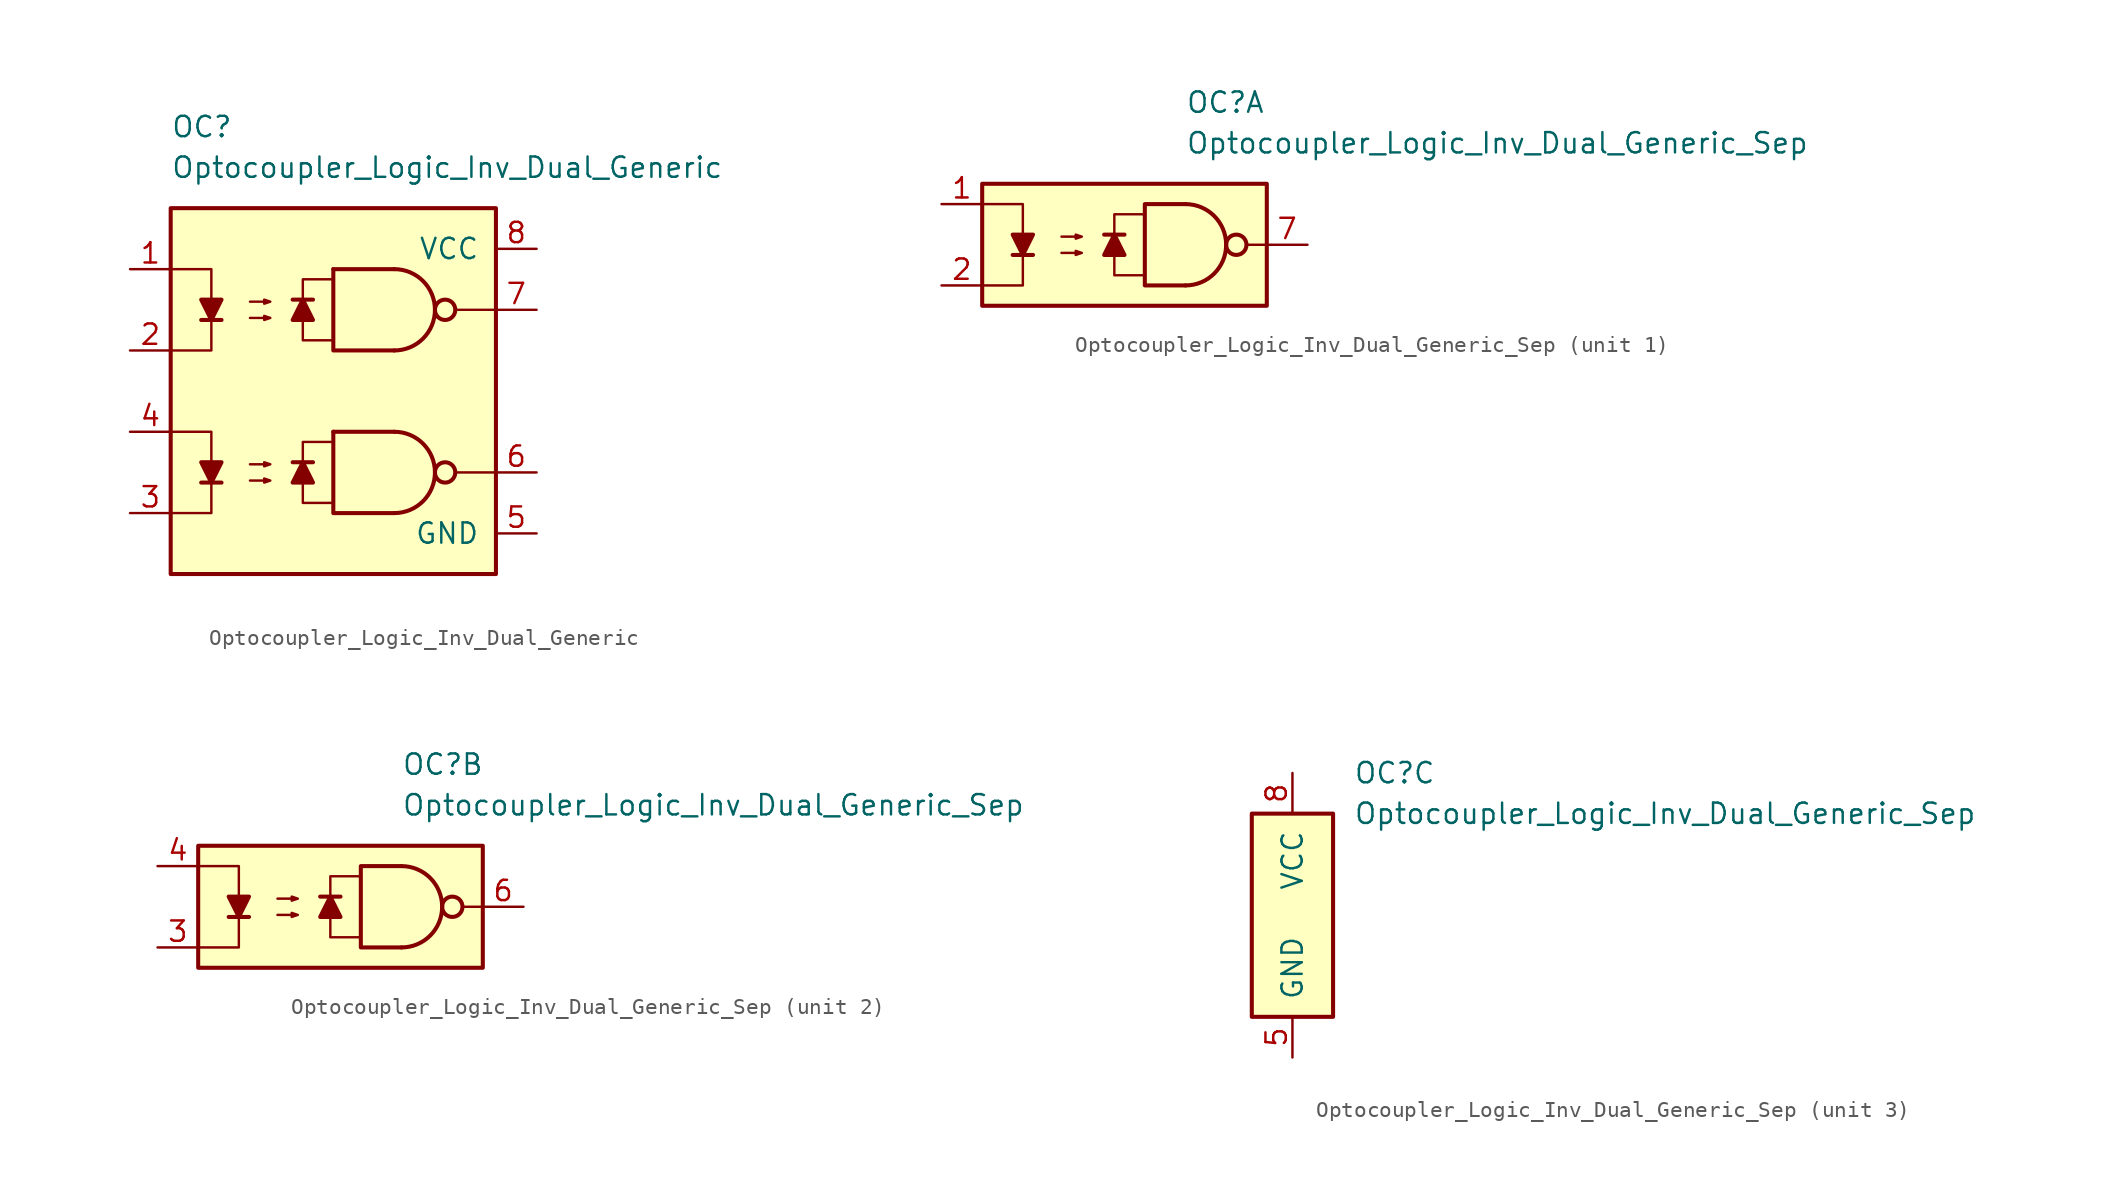
<source format=kicad_sym>
(kicad_symbol_lib
  (version 20211014)
  (generator kicad_symbol_editor)
  (symbol "Optocoupler_Logic_Inv_Dual_Generic"
    (pin_names
      (offset 1.016))
    (property "Reference" "OC"
      (at -10.16 16.51 0)
      (effects (font (size 1.27 1.27)) (justify left)))
    (property "Value" "Optocoupler_Logic_Inv_Dual_Generic"
      (at -10.16 13.97 0)
      (effects (font (size 1.27 1.27)) (justify left)))
    (symbol "Optocoupler_Logic_Inv_Dual_Generic_0_0"
      (rectangle (start -10.16 11.43) (end 10.16 -11.43) (stroke (width 0.254) (type default) (color 0 0 0 0)) (fill (type background)))
      (polyline (pts (xy 10.16 -5.08) (xy 7.62 -5.08)) (stroke (width 0) (type default) (color 0 0 0 0)) (fill (type none))))
    (symbol "Optocoupler_Logic_Inv_Dual_Generic_0_1"
      (polyline (pts (xy -8.255 -5.715) (xy -6.985 -5.715)) (stroke (width 0.254) (type default) (color 0 0 0 0)) (fill (type none)))
      (polyline (pts (xy 0 -2.54) (xy 3.81 -2.54)) (stroke (width 0.254) (type default) (color 0 0 0 0)) (fill (type none)))
      (polyline (pts (xy -10.16 -2.54) (xy -7.62 -2.54) (xy -7.62 -5.715)) (stroke (width 0) (type default) (color 0 0 0 0)) (fill (type none)))
      (polyline (pts (xy -7.62 -5.715) (xy -7.62 -7.62) (xy -10.16 -7.62)) (stroke (width 0) (type default) (color 0 0 0 0)) (fill (type none)))
      (polyline (pts (xy 0 -2.54) (xy 0 -7.62) (xy 3.81 -7.62)) (stroke (width 0.254) (type default) (color 0 0 0 0)) (fill (type none)))
      (polyline (pts (xy -7.62 -5.715) (xy -8.255 -4.445) (xy -6.985 -4.445) (xy -7.62 -5.715)) (stroke (width 0.254) (type default) (color 0 0 0 0)) (fill (type outline)))
      (polyline (pts (xy -5.207 -5.588) (xy -3.937 -5.588) (xy -4.318 -5.715) (xy -4.318 -5.461) (xy -3.937 -5.588)) (stroke (width 0) (type default) (color 0 0 0 0)) (fill (type none)))
      (polyline (pts (xy -5.207 -4.572) (xy -3.937 -4.572) (xy -4.318 -4.699) (xy -4.318 -4.445) (xy -3.937 -4.572)) (stroke (width 0) (type default) (color 0 0 0 0)) (fill (type none)))
      (arc (start 3.81 -7.62) (mid 6.35 -5.08) (end 3.81 -2.54) (stroke (width 0.254) (type default) (color 0 0 0 0)) (fill (type none)))
      (circle (center 6.985 -5.08) (radius 0.635) (stroke (width 0.254) (type default) (color 0 0 0 0)) (fill (type none))))
    (symbol "Optocoupler_Logic_Inv_Dual_Generic_1_1"
      (polyline (pts (xy -8.255 4.445) (xy -6.985 4.445)) (stroke (width 0.254) (type default) (color 0 0 0 0)) (fill (type none)))
      (polyline (pts (xy -1.27 -4.445) (xy -2.54 -4.445)) (stroke (width 0.254) (type default) (color 0 0 0 0)) (fill (type none)))
      (polyline (pts (xy -1.27 5.715) (xy -2.54 5.715)) (stroke (width 0.254) (type default) (color 0 0 0 0)) (fill (type none)))
      (polyline (pts (xy 0 7.62) (xy 3.81 7.62)) (stroke (width 0.254) (type default) (color 0 0 0 0)) (fill (type none)))
      (polyline (pts (xy 10.16 5.08) (xy 7.62 5.08)) (stroke (width 0) (type default) (color 0 0 0 0)) (fill (type none)))
      (polyline (pts (xy -10.16 7.62) (xy -7.62 7.62) (xy -7.62 4.445)) (stroke (width 0) (type default) (color 0 0 0 0)) (fill (type none)))
      (polyline (pts (xy -7.62 4.445) (xy -7.62 2.54) (xy -10.16 2.54)) (stroke (width 0) (type default) (color 0 0 0 0)) (fill (type none)))
      (polyline (pts (xy 0 7.62) (xy 0 2.54) (xy 3.81 2.54)) (stroke (width 0.254) (type default) (color 0 0 0 0)) (fill (type none)))
      (polyline (pts (xy -7.62 4.445) (xy -8.255 5.715) (xy -6.985 5.715) (xy -7.62 4.445)) (stroke (width 0.254) (type default) (color 0 0 0 0)) (fill (type outline)))
      (polyline (pts (xy -1.905 -4.445) (xy -1.27 -5.715) (xy -2.54 -5.715) (xy -1.905 -4.445)) (stroke (width 0.254) (type default) (color 0 0 0 0)) (fill (type outline)))
      (polyline (pts (xy -1.905 5.715) (xy -1.27 4.445) (xy -2.54 4.445) (xy -1.905 5.715)) (stroke (width 0.254) (type default) (color 0 0 0 0)) (fill (type outline)))
      (polyline (pts (xy 0 -6.985) (xy -1.905 -6.985) (xy -1.905 -3.175) (xy 0 -3.175)) (stroke (width 0.152) (type default) (color 0 0 0 0)) (fill (type none)))
      (polyline (pts (xy 0 3.175) (xy -1.905 3.175) (xy -1.905 6.985) (xy 0 6.985)) (stroke (width 0.152) (type default) (color 0 0 0 0)) (fill (type none)))
      (polyline (pts (xy -5.207 4.572) (xy -3.937 4.572) (xy -4.318 4.445) (xy -4.318 4.699) (xy -3.937 4.572)) (stroke (width 0) (type default) (color 0 0 0 0)) (fill (type none)))
      (polyline (pts (xy -5.207 5.588) (xy -3.937 5.588) (xy -4.318 5.461) (xy -4.318 5.715) (xy -3.937 5.588)) (stroke (width 0) (type default) (color 0 0 0 0)) (fill (type none)))
      (arc (start 3.81 2.54) (mid 6.35 5.08) (end 3.81 7.62) (stroke (width 0.254) (type default) (color 0 0 0 0)) (fill (type none)))
      (circle (center 6.985 5.08) (radius 0.635) (stroke (width 0.254) (type default) (color 0 0 0 0)) (fill (type none)))
      (pin passive line (at -12.7 7.62 0) (length 2.54) (name "~" (effects (font (size 1.27 1.27)))) (number "1" (effects (font (size 1.27 1.27)))))
      (pin passive line (at -12.7 2.54 0) (length 2.54) (name "~" (effects (font (size 1.27 1.27)))) (number "2" (effects (font (size 1.27 1.27)))))
      (pin passive line (at -12.7 -7.62 0) (length 2.54) (name "~" (effects (font (size 1.27 1.27)))) (number "3" (effects (font (size 1.27 1.27)))))
      (pin passive line (at -12.7 -2.54 0) (length 2.54) (name "~" (effects (font (size 1.27 1.27)))) (number "4" (effects (font (size 1.27 1.27)))))
      (pin power_in line (at 12.7 -8.89 180) (length 2.54) (name "GND" (effects (font (size 1.27 1.27)))) (number "5" (effects (font (size 1.27 1.27)))))
      (pin output line (at 12.7 -5.08 180) (length 2.54) (name "~" (effects (font (size 1.27 1.27)))) (number "6" (effects (font (size 1.27 1.27)))))
      (pin output line (at 12.7 5.08 180) (length 2.54) (name "~" (effects (font (size 1.27 1.27)))) (number "7" (effects (font (size 1.27 1.27)))))
      (pin power_in line (at 12.7 8.89 180) (length 2.54) (name "VCC" (effects (font (size 1.27 1.27)))) (number "8" (effects (font (size 1.27 1.27)))))))
  (symbol "Optocoupler_Logic_Inv_Dual_Generic_Sep"
    (pin_names
      (offset 1.016))
    (property "Reference" "OC"
      (at 3.81 8.89 0)
      (effects (font (size 1.27 1.27)) (justify left)))
    (property "Value" "Optocoupler_Logic_Inv_Dual_Generic_Sep"
      (at 3.81 6.35 0)
      (effects (font (size 1.27 1.27)) (justify left)))
    (property "ki_locked" ""
      (at 0 0 0)
      (effects (font (size 1.27 1.27))))
    (symbol "Optocoupler_Logic_Inv_Dual_Generic_Sep_1_0"
      (rectangle (start -8.89 3.81) (end 8.89 -3.81) (stroke (width 0.254) (type default) (color 0 0 0 0)) (fill (type background)))
      (polyline (pts (xy 8.89 0) (xy 7.62 0)) (stroke (width 0) (type default) (color 0 0 0 0)) (fill (type none)))
      (polyline (pts (xy 3.81 -2.54) (xy 1.27 -2.54) (xy 1.27 2.54) (xy 3.81 2.54)) (stroke (width 0.254) (type default) (color 0 0 0 0)) (fill (type none))))
    (symbol "Optocoupler_Logic_Inv_Dual_Generic_Sep_1_1"
      (polyline (pts (xy -6.985 -0.635) (xy -5.715 -0.635)) (stroke (width 0.254) (type default) (color 0 0 0 0)) (fill (type none)))
      (polyline (pts (xy 0 0.635) (xy -1.27 0.635)) (stroke (width 0.254) (type default) (color 0 0 0 0)) (fill (type none)))
      (polyline (pts (xy -8.89 2.54) (xy -6.35 2.54) (xy -6.35 -0.635)) (stroke (width 0) (type default) (color 0 0 0 0)) (fill (type none)))
      (polyline (pts (xy -6.35 -0.635) (xy -6.35 -2.54) (xy -8.89 -2.54)) (stroke (width 0) (type default) (color 0 0 0 0)) (fill (type none)))
      (polyline (pts (xy -6.35 -0.635) (xy -6.985 0.635) (xy -5.715 0.635) (xy -6.35 -0.635)) (stroke (width 0.254) (type default) (color 0 0 0 0)) (fill (type outline)))
      (polyline (pts (xy -0.635 0.635) (xy 0 -0.635) (xy -1.27 -0.635) (xy -0.635 0.635)) (stroke (width 0.254) (type default) (color 0 0 0 0)) (fill (type outline)))
      (polyline (pts (xy 1.27 -1.905) (xy -0.635 -1.905) (xy -0.635 1.905) (xy 1.27 1.905)) (stroke (width 0.152) (type default) (color 0 0 0 0)) (fill (type none)))
      (polyline (pts (xy -3.937 -0.508) (xy -2.667 -0.508) (xy -3.048 -0.635) (xy -3.048 -0.381) (xy -2.667 -0.508)) (stroke (width 0) (type default) (color 0 0 0 0)) (fill (type none)))
      (polyline (pts (xy -3.937 0.508) (xy -2.667 0.508) (xy -3.048 0.381) (xy -3.048 0.635) (xy -2.667 0.508)) (stroke (width 0) (type default) (color 0 0 0 0)) (fill (type none)))
      (arc (start 3.81 -2.54) (mid 6.35 0) (end 3.81 2.54) (stroke (width 0.254) (type default) (color 0 0 0 0)) (fill (type none)))
      (circle (center 6.985 0) (radius 0.635) (stroke (width 0.254) (type default) (color 0 0 0 0)) (fill (type none)))
      (pin passive line (at -11.43 2.54 0) (length 2.54) (name "~" (effects (font (size 1.27 1.27)))) (number "1" (effects (font (size 1.27 1.27)))))
      (pin passive line (at -11.43 -2.54 0) (length 2.54) (name "~" (effects (font (size 1.27 1.27)))) (number "2" (effects (font (size 1.27 1.27)))))
      (pin output line (at 11.43 0 180) (length 2.54) (name "~" (effects (font (size 1.27 1.27)))) (number "7" (effects (font (size 1.27 1.27))))))
    (symbol "Optocoupler_Logic_Inv_Dual_Generic_Sep_2_0"
      (rectangle (start -8.89 3.81) (end 8.89 -3.81) (stroke (width 0.254) (type default) (color 0 0 0 0)) (fill (type background)))
      (polyline (pts (xy 8.89 0) (xy 7.62 0)) (stroke (width 0) (type default) (color 0 0 0 0)) (fill (type none)))
      (polyline (pts (xy 3.81 -2.54) (xy 1.27 -2.54) (xy 1.27 2.54) (xy 3.81 2.54)) (stroke (width 0.254) (type default) (color 0 0 0 0)) (fill (type none))))
    (symbol "Optocoupler_Logic_Inv_Dual_Generic_Sep_2_1"
      (polyline (pts (xy -6.985 -0.635) (xy -5.715 -0.635)) (stroke (width 0.254) (type default) (color 0 0 0 0)) (fill (type none)))
      (polyline (pts (xy 0 0.635) (xy -1.27 0.635)) (stroke (width 0.254) (type default) (color 0 0 0 0)) (fill (type none)))
      (polyline (pts (xy -8.89 2.54) (xy -6.35 2.54) (xy -6.35 -0.635)) (stroke (width 0) (type default) (color 0 0 0 0)) (fill (type none)))
      (polyline (pts (xy -6.35 -0.635) (xy -6.35 -2.54) (xy -8.89 -2.54)) (stroke (width 0) (type default) (color 0 0 0 0)) (fill (type none)))
      (polyline (pts (xy -6.35 -0.635) (xy -6.985 0.635) (xy -5.715 0.635) (xy -6.35 -0.635)) (stroke (width 0.254) (type default) (color 0 0 0 0)) (fill (type outline)))
      (polyline (pts (xy -0.635 0.635) (xy 0 -0.635) (xy -1.27 -0.635) (xy -0.635 0.635)) (stroke (width 0.254) (type default) (color 0 0 0 0)) (fill (type outline)))
      (polyline (pts (xy 1.27 -1.905) (xy -0.635 -1.905) (xy -0.635 1.905) (xy 1.27 1.905)) (stroke (width 0.152) (type default) (color 0 0 0 0)) (fill (type none)))
      (polyline (pts (xy -3.937 -0.508) (xy -2.667 -0.508) (xy -3.048 -0.635) (xy -3.048 -0.381) (xy -2.667 -0.508)) (stroke (width 0) (type default) (color 0 0 0 0)) (fill (type none)))
      (polyline (pts (xy -3.937 0.508) (xy -2.667 0.508) (xy -3.048 0.381) (xy -3.048 0.635) (xy -2.667 0.508)) (stroke (width 0) (type default) (color 0 0 0 0)) (fill (type none)))
      (arc (start 3.81 -2.54) (mid 6.35 0) (end 3.81 2.54) (stroke (width 0.254) (type default) (color 0 0 0 0)) (fill (type none)))
      (circle (center 6.985 0) (radius 0.635) (stroke (width 0.254) (type default) (color 0 0 0 0)) (fill (type none)))
      (pin passive line (at -11.43 -2.54 0) (length 2.54) (name "~" (effects (font (size 1.27 1.27)))) (number "3" (effects (font (size 1.27 1.27)))))
      (pin passive line (at -11.43 2.54 0) (length 2.54) (name "~" (effects (font (size 1.27 1.27)))) (number "4" (effects (font (size 1.27 1.27)))))
      (pin output line (at 11.43 0 180) (length 2.54) (name "~" (effects (font (size 1.27 1.27)))) (number "6" (effects (font (size 1.27 1.27))))))
    (symbol "Optocoupler_Logic_Inv_Dual_Generic_Sep_3_0"
      (rectangle (start -2.54 6.35) (end 2.54 -6.35) (stroke (width 0.254) (type default) (color 0 0 0 0)) (fill (type background))))
    (symbol "Optocoupler_Logic_Inv_Dual_Generic_Sep_3_1"
      (pin power_in line (at 0 -8.89 90) (length 2.54) (name "GND" (effects (font (size 1.27 1.27)))) (number "5" (effects (font (size 1.27 1.27)))))
      (pin power_in line (at 0 8.89 270) (length 2.54) (name "VCC" (effects (font (size 1.27 1.27)))) (number "8" (effects (font (size 1.27 1.27))))))))
</source>
